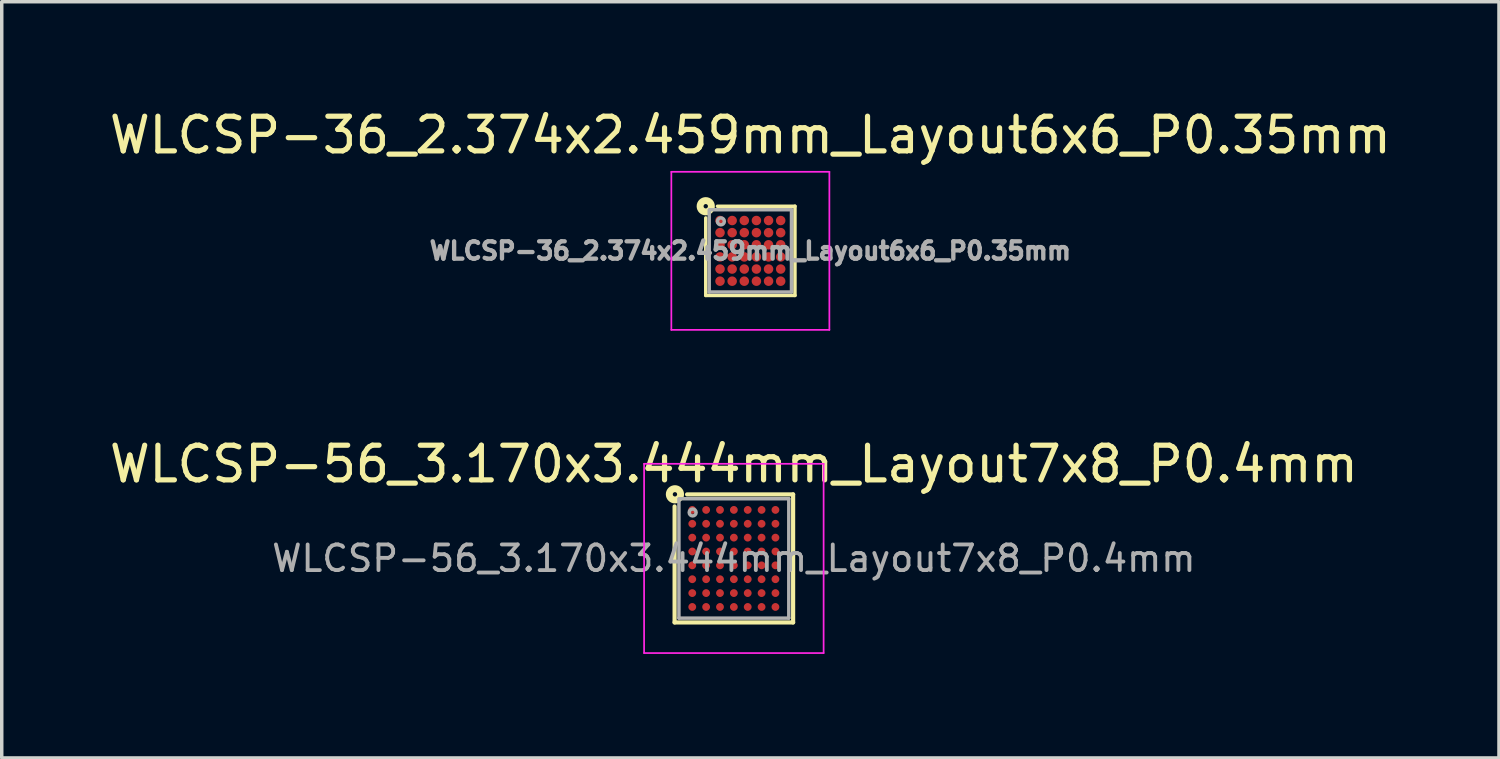
<source format=kicad_pcb>
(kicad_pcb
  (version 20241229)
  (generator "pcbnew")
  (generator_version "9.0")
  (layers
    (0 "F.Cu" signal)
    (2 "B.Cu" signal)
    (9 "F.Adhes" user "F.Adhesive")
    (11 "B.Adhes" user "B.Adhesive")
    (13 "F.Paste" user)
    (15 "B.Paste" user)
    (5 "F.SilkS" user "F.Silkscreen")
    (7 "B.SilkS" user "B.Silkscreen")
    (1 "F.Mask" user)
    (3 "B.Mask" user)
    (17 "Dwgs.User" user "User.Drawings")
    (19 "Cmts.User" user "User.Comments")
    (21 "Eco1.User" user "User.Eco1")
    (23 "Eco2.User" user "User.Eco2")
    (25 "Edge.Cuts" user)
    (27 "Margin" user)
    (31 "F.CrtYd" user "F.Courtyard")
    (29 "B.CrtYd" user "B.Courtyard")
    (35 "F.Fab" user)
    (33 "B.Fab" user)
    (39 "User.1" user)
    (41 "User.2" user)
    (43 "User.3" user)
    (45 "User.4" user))
  (footprint "WLCSP-56_3.170x3.444mm_Layout7x8_P0.4mm"
    (layer "F.Cu")
    (at 18.125 13.063)
    (property "Reference" "WLCSP-56_3.170x3.444mm_Layout7x8_P0.4mm" (at 0 -2.722 0) (layer "F.SilkS") (effects (font (size 1 1) (thickness 0.15))))
    (attr smd)
    (fp_line (start -1.71 1.847) (end -1.71 -1.5) (stroke (width 0.12) (type solid)) (layer "F.SilkS"))
    (fp_line (start -1.35 -1.847) (end 1.71 -1.847) (stroke (width 0.12) (type solid)) (layer "F.SilkS"))
    (fp_line (start 1.71 -1.847) (end 1.71 1.847) (stroke (width 0.12) (type solid)) (layer "F.SilkS"))
    (fp_line (start 1.71 1.847) (end -1.71 1.847) (stroke (width 0.12) (type solid)) (layer "F.SilkS"))
    (fp_circle (center -1.7 -1.85) (end -1.637 -1.85) (stroke (width 0.2) (type solid)) (fill no) (layer "F.SilkS"))
    (fp_line (start -2.59 -2.73) (end -2.59 2.73) (stroke (width 0.05) (type solid)) (layer "F.CrtYd"))
    (fp_line (start -2.59 2.73) (end 2.59 2.73) (stroke (width 0.05) (type solid)) (layer "F.CrtYd"))
    (fp_line (start 2.59 -2.73) (end -2.59 -2.73) (stroke (width 0.05) (type solid)) (layer "F.CrtYd"))
    (fp_line (start 2.59 2.73) (end 2.59 -2.73) (stroke (width 0.05) (type solid)) (layer "F.CrtYd"))
    (fp_line (start -1.585 1.722) (end -1.585 -1.72) (stroke (width 0.1) (type solid)) (layer "F.Fab"))
    (fp_line (start -1.57 -1.722) (end 1.585 -1.722) (stroke (width 0.1) (type solid)) (layer "F.Fab"))
    (fp_line (start 1.585 -1.722) (end 1.585 1.722) (stroke (width 0.1) (type solid)) (layer "F.Fab"))
    (fp_line (start 1.585 1.722) (end -1.585 1.722) (stroke (width 0.1) (type solid)) (layer "F.Fab"))
    (fp_circle (center -1.189 -1.326) (end -1.089 -1.326) (stroke (width 0.1) (type solid)) (fill no) (layer "F.Fab"))
    (fp_text user "${REFERENCE}" (at 0 0 0) (layer "F.Fab") (effects (font (size 0.74 0.74) (thickness 0.111))))
    (pad "A1" smd circle (at -1.2 -1.4) (size 0.225 0.225) (layers "F.Cu" "F.Mask" "F.Paste"))
    (pad "A2" smd circle (at -0.8 -1.4) (size 0.225 0.225) (layers "F.Cu" "F.Mask" "F.Paste"))
    (pad "A3" smd circle (at -0.4 -1.4) (size 0.225 0.225) (layers "F.Cu" "F.Mask" "F.Paste"))
    (pad "A4" smd circle (at 0 -1.4) (size 0.225 0.225) (layers "F.Cu" "F.Mask" "F.Paste"))
    (pad "A5" smd circle (at 0.4 -1.4) (size 0.225 0.225) (layers "F.Cu" "F.Mask" "F.Paste"))
    (pad "A6" smd circle (at 0.8 -1.4) (size 0.225 0.225) (layers "F.Cu" "F.Mask" "F.Paste"))
    (pad "A7" smd circle (at 1.2 -1.4) (size 0.225 0.225) (layers "F.Cu" "F.Mask" "F.Paste"))
    (pad "B1" smd circle (at -1.2 -1) (size 0.225 0.225) (layers "F.Cu" "F.Mask" "F.Paste"))
    (pad "B2" smd circle (at -0.8 -1) (size 0.225 0.225) (layers "F.Cu" "F.Mask" "F.Paste"))
    (pad "B3" smd circle (at -0.4 -1) (size 0.225 0.225) (layers "F.Cu" "F.Mask" "F.Paste"))
    (pad "B4" smd circle (at 0 -1) (size 0.225 0.225) (layers "F.Cu" "F.Mask" "F.Paste"))
    (pad "B5" smd circle (at 0.4 -1) (size 0.225 0.225) (layers "F.Cu" "F.Mask" "F.Paste"))
    (pad "B6" smd circle (at 0.8 -1) (size 0.225 0.225) (layers "F.Cu" "F.Mask" "F.Paste"))
    (pad "B7" smd circle (at 1.2 -1) (size 0.225 0.225) (layers "F.Cu" "F.Mask" "F.Paste"))
    (pad "C1" smd circle (at -1.2 -0.6) (size 0.225 0.225) (layers "F.Cu" "F.Mask" "F.Paste"))
    (pad "C2" smd circle (at -0.8 -0.6) (size 0.225 0.225) (layers "F.Cu" "F.Mask" "F.Paste"))
    (pad "C3" smd circle (at -0.4 -0.6) (size 0.225 0.225) (layers "F.Cu" "F.Mask" "F.Paste"))
    (pad "C4" smd circle (at 0 -0.6) (size 0.225 0.225) (layers "F.Cu" "F.Mask" "F.Paste"))
    (pad "C5" smd circle (at 0.4 -0.6) (size 0.225 0.225) (layers "F.Cu" "F.Mask" "F.Paste"))
    (pad "C6" smd circle (at 0.8 -0.6) (size 0.225 0.225) (layers "F.Cu" "F.Mask" "F.Paste"))
    (pad "C7" smd circle (at 1.2 -0.6) (size 0.225 0.225) (layers "F.Cu" "F.Mask" "F.Paste"))
    (pad "D1" smd circle (at -1.2 -0.2) (size 0.225 0.225) (layers "F.Cu" "F.Mask" "F.Paste"))
    (pad "D2" smd circle (at -0.8 -0.2) (size 0.225 0.225) (layers "F.Cu" "F.Mask" "F.Paste"))
    (pad "D3" smd circle (at -0.4 -0.2) (size 0.225 0.225) (layers "F.Cu" "F.Mask" "F.Paste"))
    (pad "D4" smd circle (at 0 -0.2) (size 0.225 0.225) (layers "F.Cu" "F.Mask" "F.Paste"))
    (pad "D5" smd circle (at 0.4 -0.2) (size 0.225 0.225) (layers "F.Cu" "F.Mask" "F.Paste"))
    (pad "D6" smd circle (at 0.8 -0.2) (size 0.225 0.225) (layers "F.Cu" "F.Mask" "F.Paste"))
    (pad "D7" smd circle (at 1.2 -0.2) (size 0.225 0.225) (layers "F.Cu" "F.Mask" "F.Paste"))
    (pad "E1" smd circle (at -1.2 0.2) (size 0.225 0.225) (layers "F.Cu" "F.Mask" "F.Paste"))
    (pad "E2" smd circle (at -0.8 0.2) (size 0.225 0.225) (layers "F.Cu" "F.Mask" "F.Paste"))
    (pad "E3" smd circle (at -0.4 0.2) (size 0.225 0.225) (layers "F.Cu" "F.Mask" "F.Paste"))
    (pad "E4" smd circle (at 0 0.2) (size 0.225 0.225) (layers "F.Cu" "F.Mask" "F.Paste"))
    (pad "E5" smd circle (at 0.4 0.2) (size 0.225 0.225) (layers "F.Cu" "F.Mask" "F.Paste"))
    (pad "E6" smd circle (at 0.8 0.2) (size 0.225 0.225) (layers "F.Cu" "F.Mask" "F.Paste"))
    (pad "E7" smd circle (at 1.2 0.2) (size 0.225 0.225) (layers "F.Cu" "F.Mask" "F.Paste"))
    (pad "F1" smd circle (at -1.2 0.6) (size 0.225 0.225) (layers "F.Cu" "F.Mask" "F.Paste"))
    (pad "F2" smd circle (at -0.8 0.6) (size 0.225 0.225) (layers "F.Cu" "F.Mask" "F.Paste"))
    (pad "F3" smd circle (at -0.4 0.6) (size 0.225 0.225) (layers "F.Cu" "F.Mask" "F.Paste"))
    (pad "F4" smd circle (at 0 0.6) (size 0.225 0.225) (layers "F.Cu" "F.Mask" "F.Paste"))
    (pad "F5" smd circle (at 0.4 0.6) (size 0.225 0.225) (layers "F.Cu" "F.Mask" "F.Paste"))
    (pad "F6" smd circle (at 0.8 0.6) (size 0.225 0.225) (layers "F.Cu" "F.Mask" "F.Paste"))
    (pad "F7" smd circle (at 1.2 0.6) (size 0.225 0.225) (layers "F.Cu" "F.Mask" "F.Paste"))
    (pad "G1" smd circle (at -1.2 1) (size 0.225 0.225) (layers "F.Cu" "F.Mask" "F.Paste"))
    (pad "G2" smd circle (at -0.8 1) (size 0.225 0.225) (layers "F.Cu" "F.Mask" "F.Paste"))
    (pad "G3" smd circle (at -0.4 1) (size 0.225 0.225) (layers "F.Cu" "F.Mask" "F.Paste"))
    (pad "G4" smd circle (at 0 1) (size 0.225 0.225) (layers "F.Cu" "F.Mask" "F.Paste"))
    (pad "G5" smd circle (at 0.4 1) (size 0.225 0.225) (layers "F.Cu" "F.Mask" "F.Paste"))
    (pad "G6" smd circle (at 0.8 1) (size 0.225 0.225) (layers "F.Cu" "F.Mask" "F.Paste"))
    (pad "G7" smd circle (at 1.2 1) (size 0.225 0.225) (layers "F.Cu" "F.Mask" "F.Paste"))
    (pad "H1" smd circle (at -1.2 1.4) (size 0.225 0.225) (layers "F.Cu" "F.Mask" "F.Paste"))
    (pad "H2" smd circle (at -0.8 1.4) (size 0.225 0.225) (layers "F.Cu" "F.Mask" "F.Paste"))
    (pad "H3" smd circle (at -0.4 1.4) (size 0.225 0.225) (layers "F.Cu" "F.Mask" "F.Paste"))
    (pad "H4" smd circle (at 0 1.4) (size 0.225 0.225) (layers "F.Cu" "F.Mask" "F.Paste"))
    (pad "H5" smd circle (at 0.4 1.4) (size 0.225 0.225) (layers "F.Cu" "F.Mask" "F.Paste"))
    (pad "H6" smd circle (at 0.8 1.4) (size 0.225 0.225) (layers "F.Cu" "F.Mask" "F.Paste"))
    (pad "H7" smd circle (at 1.2 1.4) (size 0.225 0.225) (layers "F.Cu" "F.Mask" "F.Paste")))
  (footprint "WLCSP-36_2.374x2.459mm_Layout6x6_P0.35mm"
    (layer "F.Cu")
    (at 18.601 4.188)
    (property "Reference" "WLCSP-36_2.374x2.459mm_Layout6x6_P0.35mm" (at 0 -3.34 0) (layer "F.SilkS") (effects (font (size 1 1) (thickness 0.15))))
    (attr smd)
    (fp_line (start -1.287 1.287) (end -1.287 -0.95) (stroke (width 0.1) (type solid)) (layer "F.SilkS"))
    (fp_line (start -1.287 1.287) (end 1.287 1.287) (stroke (width 0.1) (type solid)) (layer "F.SilkS"))
    (fp_line (start -0.95 -1.287) (end 1.287 -1.287) (stroke (width 0.1) (type solid)) (layer "F.SilkS"))
    (fp_line (start 1.287 1.287) (end 1.287 -1.287) (stroke (width 0.1) (type solid)) (layer "F.SilkS"))
    (fp_circle (center -1.287 -1.287) (end -1.224 -1.287) (stroke (width 0.2) (type solid)) (fill no) (layer "F.SilkS"))
    (fp_line (start -2.28 -2.28) (end 2.28 -2.28) (stroke (width 0.05) (type solid)) (layer "F.CrtYd"))
    (fp_line (start -2.28 2.28) (end -2.28 -2.28) (stroke (width 0.05) (type solid)) (layer "F.CrtYd"))
    (fp_line (start -2.28 2.28) (end 2.28 2.28) (stroke (width 0.05) (type solid)) (layer "F.CrtYd"))
    (fp_line (start 2.28 2.28) (end 2.28 -2.28) (stroke (width 0.05) (type solid)) (layer "F.CrtYd"))
    (fp_line (start -1.187 1.187) (end -1.187 -1.18) (stroke (width 0.1) (type solid)) (layer "F.Fab"))
    (fp_line (start -1.187 1.187) (end 1.187 1.187) (stroke (width 0.1) (type solid)) (layer "F.Fab"))
    (fp_line (start -1.17 -1.187) (end 1.187 -1.187) (stroke (width 0.1) (type solid)) (layer "F.Fab"))
    (fp_line (start 1.187 1.187) (end 1.187 -1.187) (stroke (width 0.1) (type solid)) (layer "F.Fab"))
    (fp_circle (center -0.85 -0.85) (end -0.75 -0.85) (stroke (width 0.1) (type solid)) (fill no) (layer "F.Fab"))
    (fp_text user "${REFERENCE}" (at 0 0 0) (layer "F.Fab") (effects (font (size 0.5 0.5) (thickness 0.125))))
    (pad "A1" smd circle (at -0.875 -0.875) (size 0.274 0.274) (layers "F.Cu" "F.Mask" "F.Paste"))
    (pad "A2" smd circle (at -0.525 -0.875) (size 0.274 0.274) (layers "F.Cu" "F.Mask" "F.Paste"))
    (pad "A3" smd circle (at -0.175 -0.875) (size 0.274 0.274) (layers "F.Cu" "F.Mask" "F.Paste"))
    (pad "A4" smd circle (at 0.175 -0.875) (size 0.274 0.274) (layers "F.Cu" "F.Mask" "F.Paste"))
    (pad "A5" smd circle (at 0.525 -0.875) (size 0.274 0.274) (layers "F.Cu" "F.Mask" "F.Paste"))
    (pad "A6" smd circle (at 0.875 -0.875) (size 0.274 0.274) (layers "F.Cu" "F.Mask" "F.Paste"))
    (pad "B1" smd circle (at -0.875 -0.525) (size 0.274 0.274) (layers "F.Cu" "F.Mask" "F.Paste"))
    (pad "B2" smd circle (at -0.525 -0.525) (size 0.274 0.274) (layers "F.Cu" "F.Mask" "F.Paste"))
    (pad "B3" smd circle (at -0.175 -0.525) (size 0.274 0.274) (layers "F.Cu" "F.Mask" "F.Paste"))
    (pad "B4" smd circle (at 0.175 -0.525) (size 0.274 0.274) (layers "F.Cu" "F.Mask" "F.Paste"))
    (pad "B5" smd circle (at 0.525 -0.525) (size 0.274 0.274) (layers "F.Cu" "F.Mask" "F.Paste"))
    (pad "B6" smd circle (at 0.875 -0.525) (size 0.274 0.274) (layers "F.Cu" "F.Mask" "F.Paste"))
    (pad "C1" smd circle (at -0.875 -0.175) (size 0.274 0.274) (layers "F.Cu" "F.Mask" "F.Paste"))
    (pad "C2" smd circle (at -0.525 -0.175) (size 0.274 0.274) (layers "F.Cu" "F.Mask" "F.Paste"))
    (pad "C3" smd circle (at -0.175 -0.175) (size 0.274 0.274) (layers "F.Cu" "F.Mask" "F.Paste"))
    (pad "C4" smd circle (at 0.175 -0.175) (size 0.274 0.274) (layers "F.Cu" "F.Mask" "F.Paste"))
    (pad "C5" smd circle (at 0.525 -0.175) (size 0.274 0.274) (layers "F.Cu" "F.Mask" "F.Paste"))
    (pad "C6" smd circle (at 0.875 -0.175) (size 0.274 0.274) (layers "F.Cu" "F.Mask" "F.Paste"))
    (pad "D1" smd circle (at -0.875 0.175) (size 0.274 0.274) (layers "F.Cu" "F.Mask" "F.Paste"))
    (pad "D2" smd circle (at -0.525 0.175) (size 0.274 0.274) (layers "F.Cu" "F.Mask" "F.Paste"))
    (pad "D3" smd circle (at -0.175 0.175) (size 0.274 0.274) (layers "F.Cu" "F.Mask" "F.Paste"))
    (pad "D4" smd circle (at 0.175 0.175) (size 0.274 0.274) (layers "F.Cu" "F.Mask" "F.Paste"))
    (pad "D5" smd circle (at 0.525 0.175) (size 0.274 0.274) (layers "F.Cu" "F.Mask" "F.Paste"))
    (pad "D6" smd circle (at 0.875 0.175) (size 0.274 0.274) (layers "F.Cu" "F.Mask" "F.Paste"))
    (pad "E1" smd circle (at -0.875 0.525) (size 0.274 0.274) (layers "F.Cu" "F.Mask" "F.Paste"))
    (pad "E2" smd circle (at -0.525 0.525) (size 0.274 0.274) (layers "F.Cu" "F.Mask" "F.Paste"))
    (pad "E3" smd circle (at -0.175 0.525) (size 0.274 0.274) (layers "F.Cu" "F.Mask" "F.Paste"))
    (pad "E4" smd circle (at 0.175 0.525) (size 0.274 0.274) (layers "F.Cu" "F.Mask" "F.Paste"))
    (pad "E5" smd circle (at 0.525 0.525) (size 0.274 0.274) (layers "F.Cu" "F.Mask" "F.Paste"))
    (pad "E6" smd circle (at 0.875 0.525) (size 0.274 0.274) (layers "F.Cu" "F.Mask" "F.Paste"))
    (pad "F1" smd circle (at -0.875 0.875) (size 0.274 0.274) (layers "F.Cu" "F.Mask" "F.Paste"))
    (pad "F2" smd circle (at -0.525 0.875) (size 0.274 0.274) (layers "F.Cu" "F.Mask" "F.Paste"))
    (pad "F3" smd circle (at -0.175 0.875) (size 0.274 0.274) (layers "F.Cu" "F.Mask" "F.Paste"))
    (pad "F4" smd circle (at 0.175 0.875) (size 0.274 0.274) (layers "F.Cu" "F.Mask" "F.Paste"))
    (pad "F5" smd circle (at 0.525 0.875) (size 0.274 0.274) (layers "F.Cu" "F.Mask" "F.Paste"))
    (pad "F6" smd circle (at 0.875 0.875) (size 0.274 0.274) (layers "F.Cu" "F.Mask" "F.Paste")))
  (gr_rect
    (start -3 -3)
    (end 40.202 18.819)
    (stroke (width 0.1) (type default))
    (fill no)
    (layer "Edge.Cuts")))
</source>
